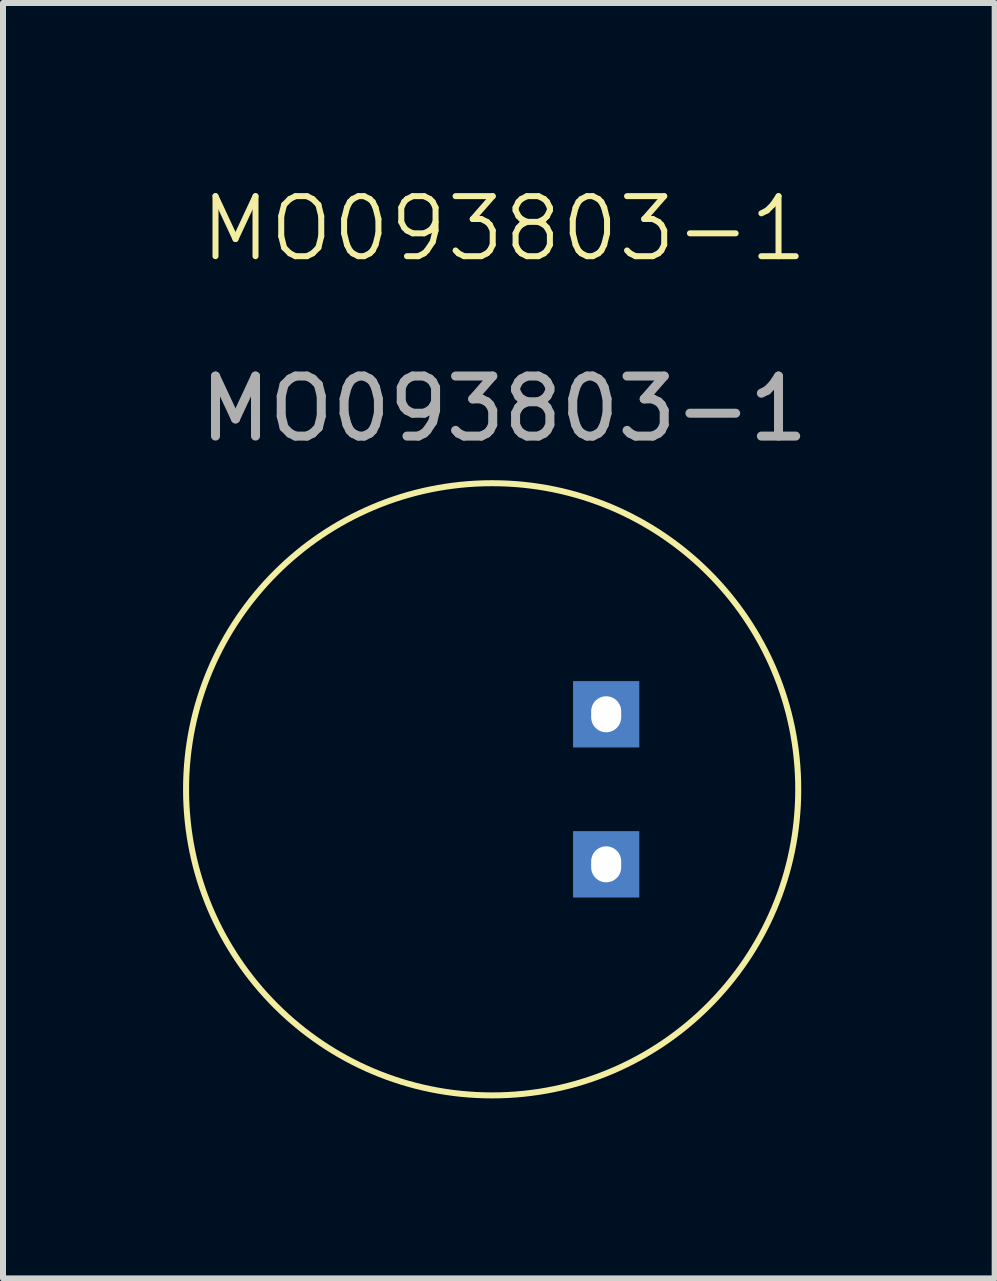
<source format=kicad_pcb>
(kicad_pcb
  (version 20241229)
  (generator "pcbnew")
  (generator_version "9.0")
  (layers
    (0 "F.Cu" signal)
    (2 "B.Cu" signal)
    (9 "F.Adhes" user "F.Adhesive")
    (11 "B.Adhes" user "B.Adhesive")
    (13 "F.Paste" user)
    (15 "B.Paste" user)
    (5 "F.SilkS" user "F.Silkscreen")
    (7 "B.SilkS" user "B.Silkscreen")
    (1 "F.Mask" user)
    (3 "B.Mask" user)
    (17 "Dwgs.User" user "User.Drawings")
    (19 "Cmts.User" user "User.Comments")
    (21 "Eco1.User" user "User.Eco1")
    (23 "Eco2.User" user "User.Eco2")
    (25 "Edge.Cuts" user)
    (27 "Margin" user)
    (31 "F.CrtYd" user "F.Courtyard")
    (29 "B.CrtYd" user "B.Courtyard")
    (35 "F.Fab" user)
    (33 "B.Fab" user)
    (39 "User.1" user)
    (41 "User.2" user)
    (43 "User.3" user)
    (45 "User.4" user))
  (footprint "MO093803-1"
    (layer "F.Cu")
    (at 5.15 10.101)
    (property "Reference" "MO093803-1" (at 0.2 -9.34 0) (unlocked yes) (layer "F.SilkS") (effects (font (size 1 1) (thickness 0.1))))
    (attr through_hole)
    (fp_circle (center 0 0) (end 5.1 0) (stroke (width 0.1) (type default)) (fill no) (layer "F.SilkS"))
    (fp_text user "${REFERENCE}" (at 0.2 -6.34 0) (unlocked yes) (layer "F.Fab") (effects (font (size 1 1) (thickness 0.15))))
    (pad "1" thru_hole rect (at 1.9 -1.25) (size 1.1 1.1) (drill oval 0.5 0.6) (layers "*.Cu" "*.Mask"))
    (pad "2" thru_hole rect (at 1.9 1.25) (size 1.1 1.1) (drill oval 0.5 0.6) (layers "*.Cu" "*.Mask")))
  (gr_rect
    (start -3 -3)
    (end 13.523 18.25)
    (stroke (width 0.1) (type default))
    (fill no)
    (layer "Edge.Cuts")))
</source>
